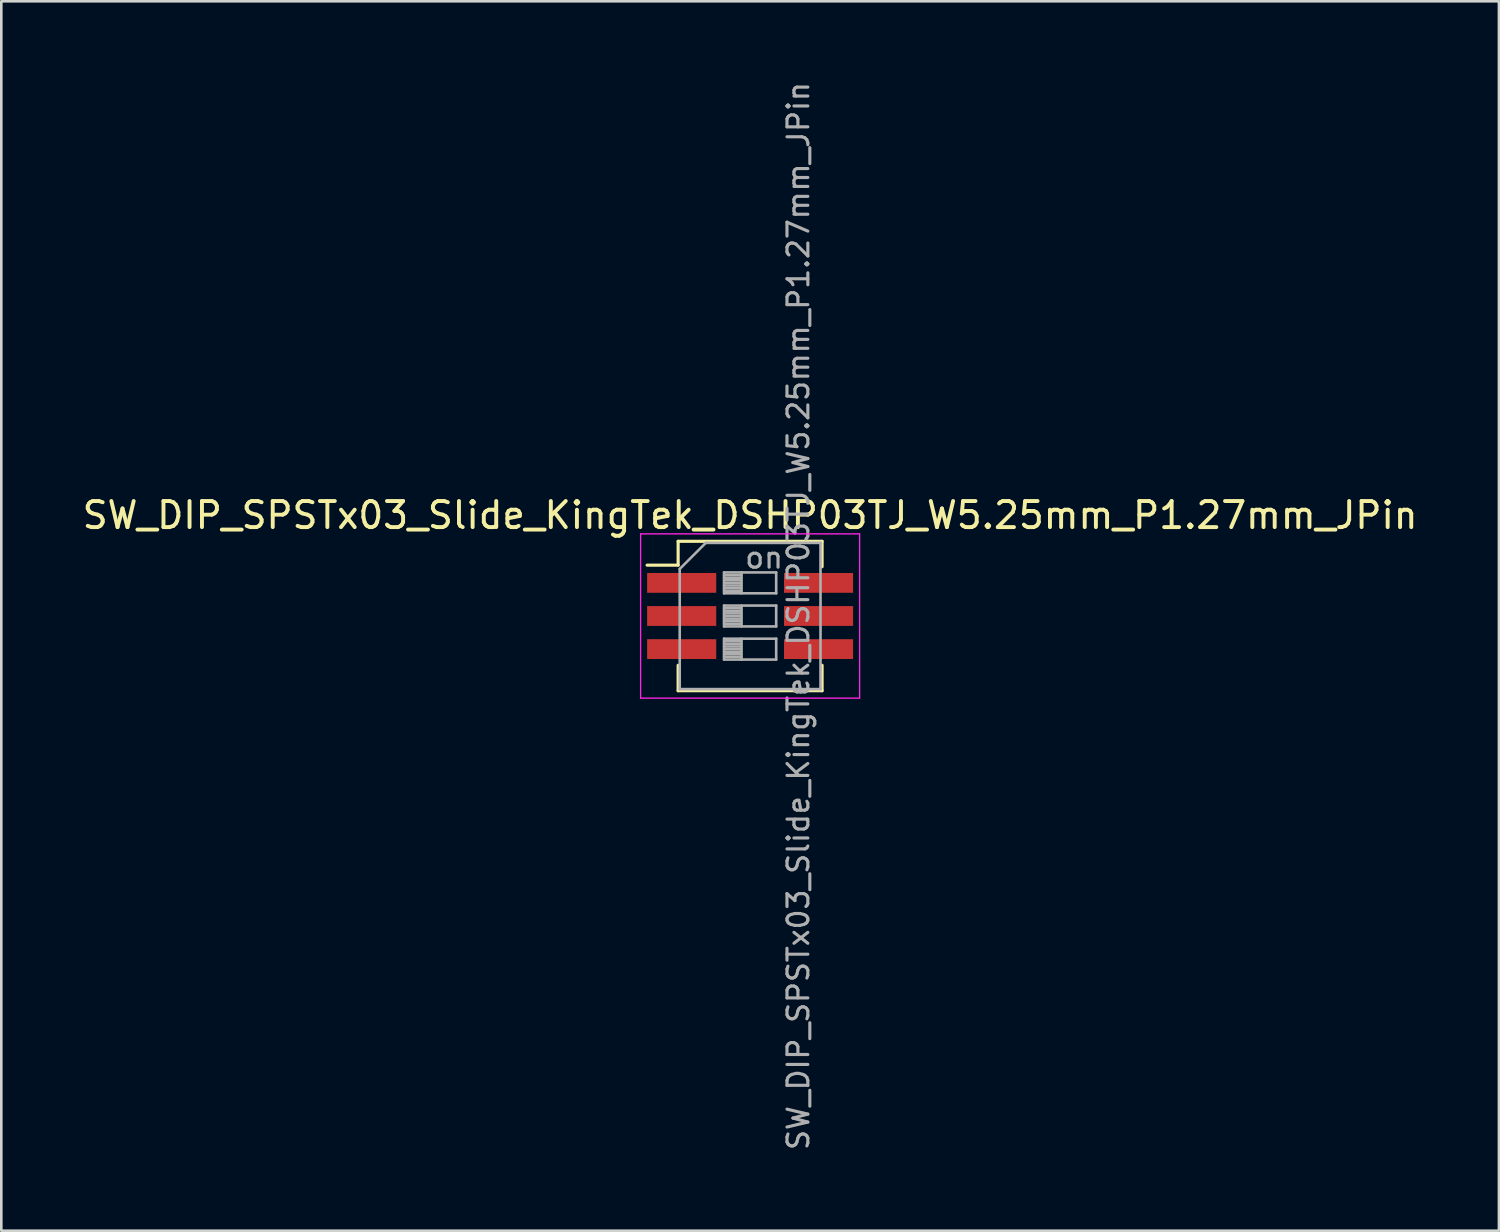
<source format=kicad_pcb>
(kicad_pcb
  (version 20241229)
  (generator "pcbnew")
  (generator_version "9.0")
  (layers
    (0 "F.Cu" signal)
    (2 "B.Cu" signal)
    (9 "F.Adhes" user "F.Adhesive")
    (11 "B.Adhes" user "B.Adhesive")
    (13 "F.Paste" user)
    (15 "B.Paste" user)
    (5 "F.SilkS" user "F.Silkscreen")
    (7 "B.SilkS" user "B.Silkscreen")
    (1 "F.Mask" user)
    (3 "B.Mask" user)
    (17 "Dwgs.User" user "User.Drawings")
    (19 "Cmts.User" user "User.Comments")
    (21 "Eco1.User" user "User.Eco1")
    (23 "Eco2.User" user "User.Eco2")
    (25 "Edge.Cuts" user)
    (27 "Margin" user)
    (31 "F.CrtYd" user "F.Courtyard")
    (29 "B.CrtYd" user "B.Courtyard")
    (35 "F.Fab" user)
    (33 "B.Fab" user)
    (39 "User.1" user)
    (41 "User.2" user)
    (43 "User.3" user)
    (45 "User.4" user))
  (footprint "SW_DIP_SPSTx03_Slide_KingTek_DSHP03TJ_W5.25mm_P1.27mm_JPin"
    (layer "F.Cu")
    (at 25.72 20.576)
    (property "Reference" "SW_DIP_SPSTx03_Slide_KingTek_DSHP03TJ_W5.25mm_P1.27mm_JPin" (at 0 -3.865 0) (layer "F.SilkS") (effects (font (size 1 1) (thickness 0.15))))
    (attr smd)
    (fp_line (start -3.951 -1.95) (end -2.761 -1.95) (stroke (width 0.12) (type solid)) (layer "F.SilkS"))
    (fp_line (start -2.761 -2.865) (end -2.761 -1.95) (stroke (width 0.12) (type solid)) (layer "F.SilkS"))
    (fp_line (start -2.761 -2.865) (end 2.76 -2.865) (stroke (width 0.12) (type solid)) (layer "F.SilkS"))
    (fp_line (start -2.761 1.89) (end -2.761 2.866) (stroke (width 0.12) (type solid)) (layer "F.SilkS"))
    (fp_line (start -2.761 2.866) (end 2.76 2.866) (stroke (width 0.12) (type solid)) (layer "F.SilkS"))
    (fp_line (start 2.76 -2.865) (end 2.76 -1.89) (stroke (width 0.12) (type solid)) (layer "F.SilkS"))
    (fp_line (start 2.76 1.89) (end 2.76 2.866) (stroke (width 0.12) (type solid)) (layer "F.SilkS"))
    (fp_line (start -4.2 -3.15) (end -4.2 3.15) (stroke (width 0.05) (type solid)) (layer "F.CrtYd"))
    (fp_line (start -4.2 3.15) (end 4.2 3.15) (stroke (width 0.05) (type solid)) (layer "F.CrtYd"))
    (fp_line (start 4.2 -3.15) (end -4.2 -3.15) (stroke (width 0.05) (type solid)) (layer "F.CrtYd"))
    (fp_line (start 4.2 3.15) (end 4.2 -3.15) (stroke (width 0.05) (type solid)) (layer "F.CrtYd"))
    (fp_line (start -2.7 -1.805) (end -1.7 -2.805) (stroke (width 0.1) (type solid)) (layer "F.Fab"))
    (fp_line (start -2.7 2.805) (end -2.7 -1.805) (stroke (width 0.1) (type solid)) (layer "F.Fab"))
    (fp_line (start -1.7 -2.805) (end 2.7 -2.805) (stroke (width 0.1) (type solid)) (layer "F.Fab"))
    (fp_line (start -1 -1.67) (end -1 -0.87) (stroke (width 0.1) (type solid)) (layer "F.Fab"))
    (fp_line (start -1 -1.57) (end -0.333 -1.57) (stroke (width 0.1) (type solid)) (layer "F.Fab"))
    (fp_line (start -1 -1.47) (end -0.333 -1.47) (stroke (width 0.1) (type solid)) (layer "F.Fab"))
    (fp_line (start -1 -1.37) (end -0.333 -1.37) (stroke (width 0.1) (type solid)) (layer "F.Fab"))
    (fp_line (start -1 -1.27) (end -0.333 -1.27) (stroke (width 0.1) (type solid)) (layer "F.Fab"))
    (fp_line (start -1 -1.17) (end -0.333 -1.17) (stroke (width 0.1) (type solid)) (layer "F.Fab"))
    (fp_line (start -1 -1.07) (end -0.333 -1.07) (stroke (width 0.1) (type solid)) (layer "F.Fab"))
    (fp_line (start -1 -0.97) (end -0.333 -0.97) (stroke (width 0.1) (type solid)) (layer "F.Fab"))
    (fp_line (start -1 -0.87) (end 1 -0.87) (stroke (width 0.1) (type solid)) (layer "F.Fab"))
    (fp_line (start -1 -0.4) (end -1 0.4) (stroke (width 0.1) (type solid)) (layer "F.Fab"))
    (fp_line (start -1 -0.3) (end -0.333 -0.3) (stroke (width 0.1) (type solid)) (layer "F.Fab"))
    (fp_line (start -1 -0.2) (end -0.333 -0.2) (stroke (width 0.1) (type solid)) (layer "F.Fab"))
    (fp_line (start -1 -0.1) (end -0.333 -0.1) (stroke (width 0.1) (type solid)) (layer "F.Fab"))
    (fp_line (start -1 0) (end -0.333 0) (stroke (width 0.1) (type solid)) (layer "F.Fab"))
    (fp_line (start -1 0.1) (end -0.333 0.1) (stroke (width 0.1) (type solid)) (layer "F.Fab"))
    (fp_line (start -1 0.2) (end -0.333 0.2) (stroke (width 0.1) (type solid)) (layer "F.Fab"))
    (fp_line (start -1 0.3) (end -0.333 0.3) (stroke (width 0.1) (type solid)) (layer "F.Fab"))
    (fp_line (start -1 0.4) (end 1 0.4) (stroke (width 0.1) (type solid)) (layer "F.Fab"))
    (fp_line (start -1 0.87) (end -1 1.67) (stroke (width 0.1) (type solid)) (layer "F.Fab"))
    (fp_line (start -1 0.97) (end -0.333 0.97) (stroke (width 0.1) (type solid)) (layer "F.Fab"))
    (fp_line (start -1 1.07) (end -0.333 1.07) (stroke (width 0.1) (type solid)) (layer "F.Fab"))
    (fp_line (start -1 1.17) (end -0.333 1.17) (stroke (width 0.1) (type solid)) (layer "F.Fab"))
    (fp_line (start -1 1.27) (end -0.333 1.27) (stroke (width 0.1) (type solid)) (layer "F.Fab"))
    (fp_line (start -1 1.37) (end -0.333 1.37) (stroke (width 0.1) (type solid)) (layer "F.Fab"))
    (fp_line (start -1 1.47) (end -0.333 1.47) (stroke (width 0.1) (type solid)) (layer "F.Fab"))
    (fp_line (start -1 1.57) (end -0.333 1.57) (stroke (width 0.1) (type solid)) (layer "F.Fab"))
    (fp_line (start -1 1.67) (end 1 1.67) (stroke (width 0.1) (type solid)) (layer "F.Fab"))
    (fp_line (start -0.333 -1.67) (end -0.333 -0.87) (stroke (width 0.1) (type solid)) (layer "F.Fab"))
    (fp_line (start -0.333 -0.4) (end -0.333 0.4) (stroke (width 0.1) (type solid)) (layer "F.Fab"))
    (fp_line (start -0.333 0.87) (end -0.333 1.67) (stroke (width 0.1) (type solid)) (layer "F.Fab"))
    (fp_line (start 1 -1.67) (end -1 -1.67) (stroke (width 0.1) (type solid)) (layer "F.Fab"))
    (fp_line (start 1 -0.87) (end 1 -1.67) (stroke (width 0.1) (type solid)) (layer "F.Fab"))
    (fp_line (start 1 -0.4) (end -1 -0.4) (stroke (width 0.1) (type solid)) (layer "F.Fab"))
    (fp_line (start 1 0.4) (end 1 -0.4) (stroke (width 0.1) (type solid)) (layer "F.Fab"))
    (fp_line (start 1 0.87) (end -1 0.87) (stroke (width 0.1) (type solid)) (layer "F.Fab"))
    (fp_line (start 1 1.67) (end 1 0.87) (stroke (width 0.1) (type solid)) (layer "F.Fab"))
    (fp_line (start 2.7 -2.805) (end 2.7 2.805) (stroke (width 0.1) (type solid)) (layer "F.Fab"))
    (fp_line (start 2.7 2.805) (end -2.7 2.805) (stroke (width 0.1) (type solid)) (layer "F.Fab"))
    (fp_text user "${REFERENCE}" (at 1.85 0 90) (layer "F.Fab") (effects (font (size 0.8 0.8) (thickness 0.12))))
    (fp_text user "on" (at 0.537 -2.237 0) (layer "F.Fab") (effects (font (size 0.8 0.8) (thickness 0.12))))
    (pad "1" smd rect (at -2.625 -1.27) (size 2.65 0.76) (layers "F.Cu" "F.Mask" "F.Paste"))
    (pad "2" smd rect (at -2.625 0) (size 2.65 0.76) (layers "F.Cu" "F.Mask" "F.Paste"))
    (pad "3" smd rect (at -2.625 1.27) (size 2.65 0.76) (layers "F.Cu" "F.Mask" "F.Paste"))
    (pad "4" smd rect (at 2.625 1.27) (size 2.65 0.76) (layers "F.Cu" "F.Mask" "F.Paste"))
    (pad "5" smd rect (at 2.625 0) (size 2.65 0.76) (layers "F.Cu" "F.Mask" "F.Paste"))
    (pad "6" smd rect (at 2.625 -1.27) (size 2.65 0.76) (layers "F.Cu" "F.Mask" "F.Paste")))
  (gr_rect
    (start -3 -3)
    (end 54.44 44.152)
    (stroke (width 0.1) (type default))
    (fill no)
    (layer "Edge.Cuts")))
</source>
